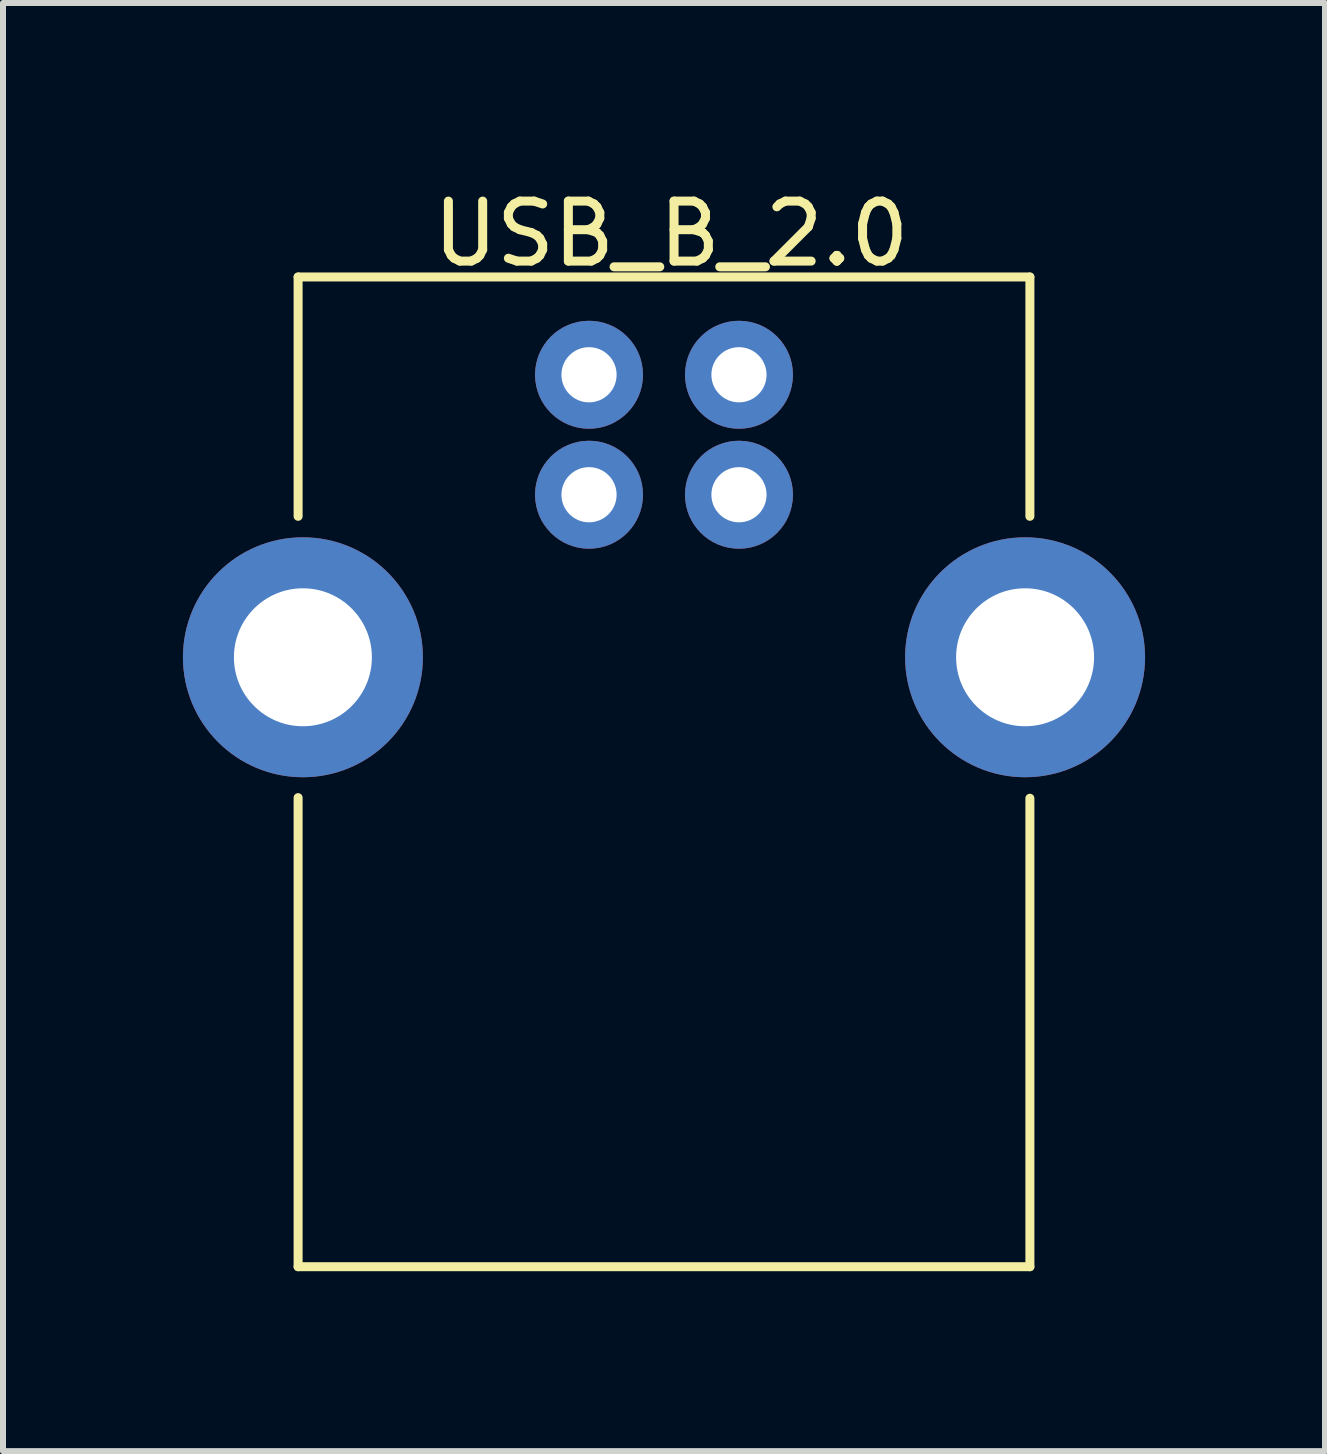
<source format=kicad_pcb>
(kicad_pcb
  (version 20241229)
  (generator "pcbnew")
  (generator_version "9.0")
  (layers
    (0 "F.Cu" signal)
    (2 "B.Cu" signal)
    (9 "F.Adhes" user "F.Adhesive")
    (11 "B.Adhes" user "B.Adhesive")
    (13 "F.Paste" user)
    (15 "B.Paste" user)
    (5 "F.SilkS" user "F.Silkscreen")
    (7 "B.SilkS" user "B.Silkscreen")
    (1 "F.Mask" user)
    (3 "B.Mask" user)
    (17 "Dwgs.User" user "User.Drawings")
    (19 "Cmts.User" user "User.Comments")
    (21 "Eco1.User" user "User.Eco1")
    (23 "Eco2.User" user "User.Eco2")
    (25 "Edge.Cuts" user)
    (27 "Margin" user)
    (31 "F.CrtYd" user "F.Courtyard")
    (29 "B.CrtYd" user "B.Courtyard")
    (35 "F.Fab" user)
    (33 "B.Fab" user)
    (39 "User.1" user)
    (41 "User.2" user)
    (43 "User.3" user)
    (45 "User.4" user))
  (footprint "USB_B_2.0"
    (layer "F.Cu")
    (at 8.02 7.908)
    (property "Reference" "USB_B_2.0" (at 0.12 -7.06 0) (layer "F.SilkS") (effects (font (size 1 1) (thickness 0.15))))
    (attr through_hole)
    (fp_line (start -6.1 -6.34) (end -6.1 -2.35) (stroke (width 0.15) (type solid)) (layer "F.SilkS"))
    (fp_line (start -6.1 2.34) (end -6.1 10.16) (stroke (width 0.15) (type solid)) (layer "F.SilkS"))
    (fp_line (start -6.1 10.16) (end 6.1 10.16) (stroke (width 0.15) (type solid)) (layer "F.SilkS"))
    (fp_line (start 6.1 -6.34) (end -6.1 -6.34) (stroke (width 0.15) (type solid)) (layer "F.SilkS"))
    (fp_line (start 6.1 -6.34) (end 6.1 -2.35) (stroke (width 0.15) (type solid)) (layer "F.SilkS"))
    (fp_line (start 6.1 10.16) (end 6.1 2.35) (stroke (width 0.15) (type solid)) (layer "F.SilkS"))
    (pad "1" thru_hole circle (at 1.25 -4.71) (size 1.8 1.8) (drill 0.92) (layers "*.Cu" "*.Mask"))
    (pad "2" thru_hole circle (at -1.25 -4.71) (size 1.8 1.8) (drill 0.92) (layers "*.Cu" "*.Mask"))
    (pad "3" thru_hole circle (at -1.25 -2.71) (size 1.8 1.8) (drill 0.92) (layers "*.Cu" "*.Mask"))
    (pad "4" thru_hole circle (at 1.25 -2.71) (size 1.8 1.8) (drill 0.92) (layers "*.Cu" "*.Mask"))
    (pad "5" thru_hole circle (at -6.02 0) (size 4 4) (drill 2.3) (layers "*.Cu" "*.Mask"))
    (pad "5" thru_hole circle (at 6.02 0) (size 4 4) (drill 2.3) (layers "*.Cu" "*.Mask")))
  (gr_rect
    (start -3 -3)
    (end 19.04 21.143)
    (stroke (width 0.1) (type default))
    (fill no)
    (layer "Edge.Cuts")))
</source>
